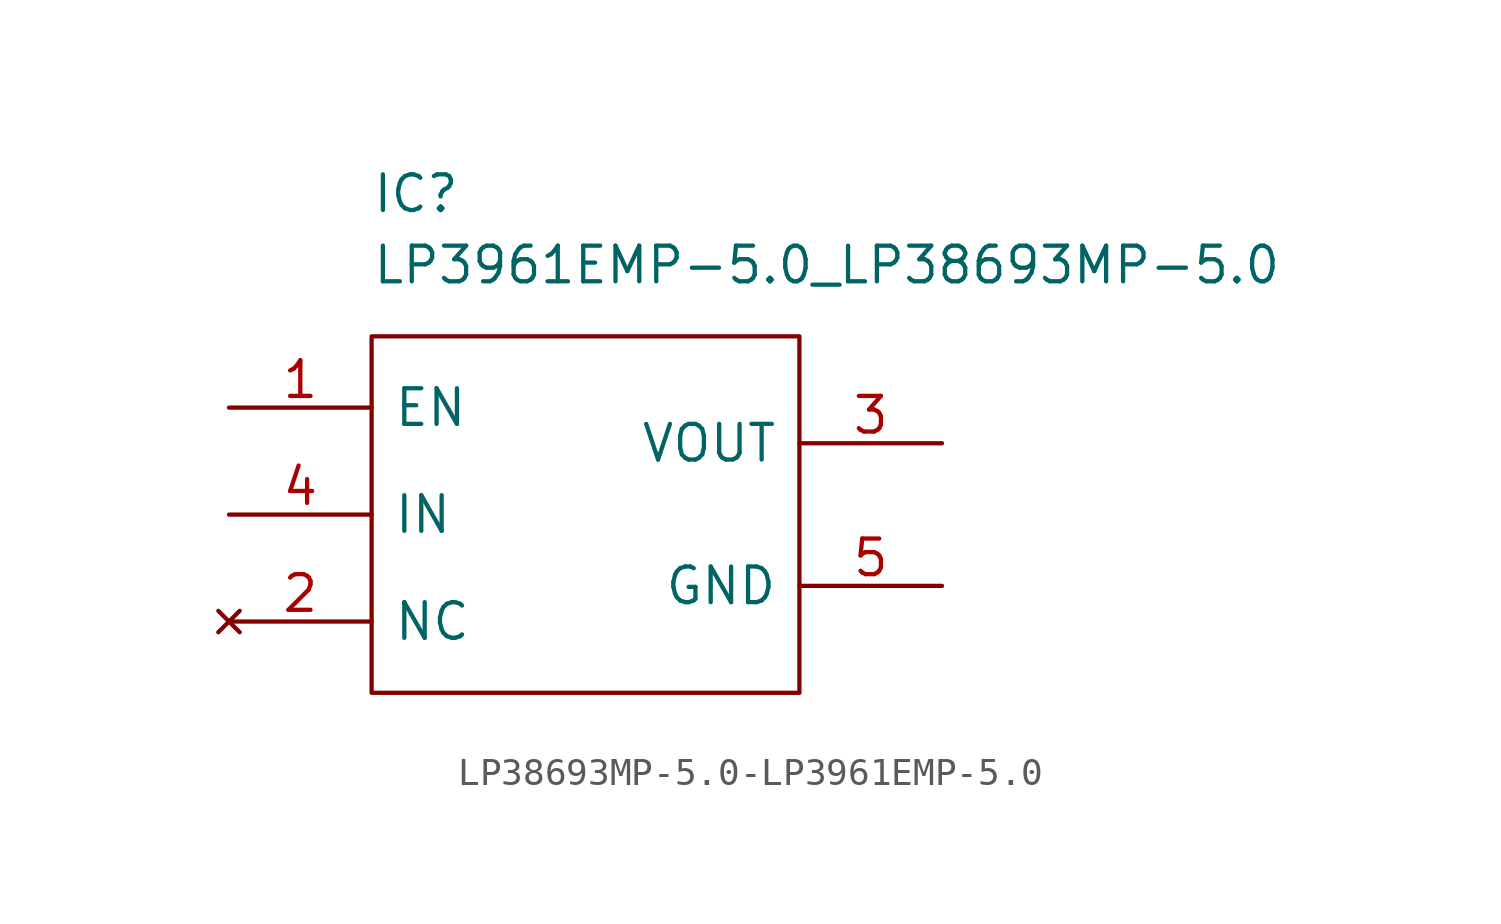
<source format=kicad_sym>
(kicad_symbol_lib
  (version 20231120)
  (generator "kicad_symbol_editor")
  (generator_version "8.0")
  (symbol "LP38693MP-5.0-LP3961EMP-5.0"
    (pin_names
      (offset 0.762))
    (property "Reference" "IC"
      (at 5.08 7.62 0)
      (effects (font (size 1.27 1.27)) (justify left)))
    (property "Value" "LP3961EMP-5.0_LP38693MP-5.0"
      (at 5.08 5.08 0)
      (effects (font (size 1.27 1.27)) (justify left)))
    (symbol "LP38693MP-5.0-LP3961EMP-5.0_0_0"
      (pin passive line (at 0 0 0) (length 5.08) (name "EN" (effects (font (size 1.27 1.27)))) (number "1" (effects (font (size 1.27 1.27)))))
      (pin no_connect line (at 0 -7.62 0) (length 5.08) (name "NC" (effects (font (size 1.27 1.27)))) (number "2" (effects (font (size 1.27 1.27)))))
      (pin passive line (at 25.4 -1.27 180) (length 5.08) (name "VOUT" (effects (font (size 1.27 1.27)))) (number "3" (effects (font (size 1.27 1.27)))))
      (pin passive line (at 0 -3.81 0) (length 5.08) (name "IN" (effects (font (size 1.27 1.27)))) (number "4" (effects (font (size 1.27 1.27)))))
      (pin passive line (at 25.4 -6.35 180) (length 5.08) (name "GND" (effects (font (size 1.27 1.27)))) (number "5" (effects (font (size 1.27 1.27))))))
    (symbol "LP38693MP-5.0-LP3961EMP-5.0_0_1"
      (polyline (pts (xy 5.08 2.54) (xy 20.32 2.54) (xy 20.32 -10.16) (xy 5.08 -10.16) (xy 5.08 2.54)) (stroke (width 0.152) (type solid)) (fill (type none))))))
</source>
